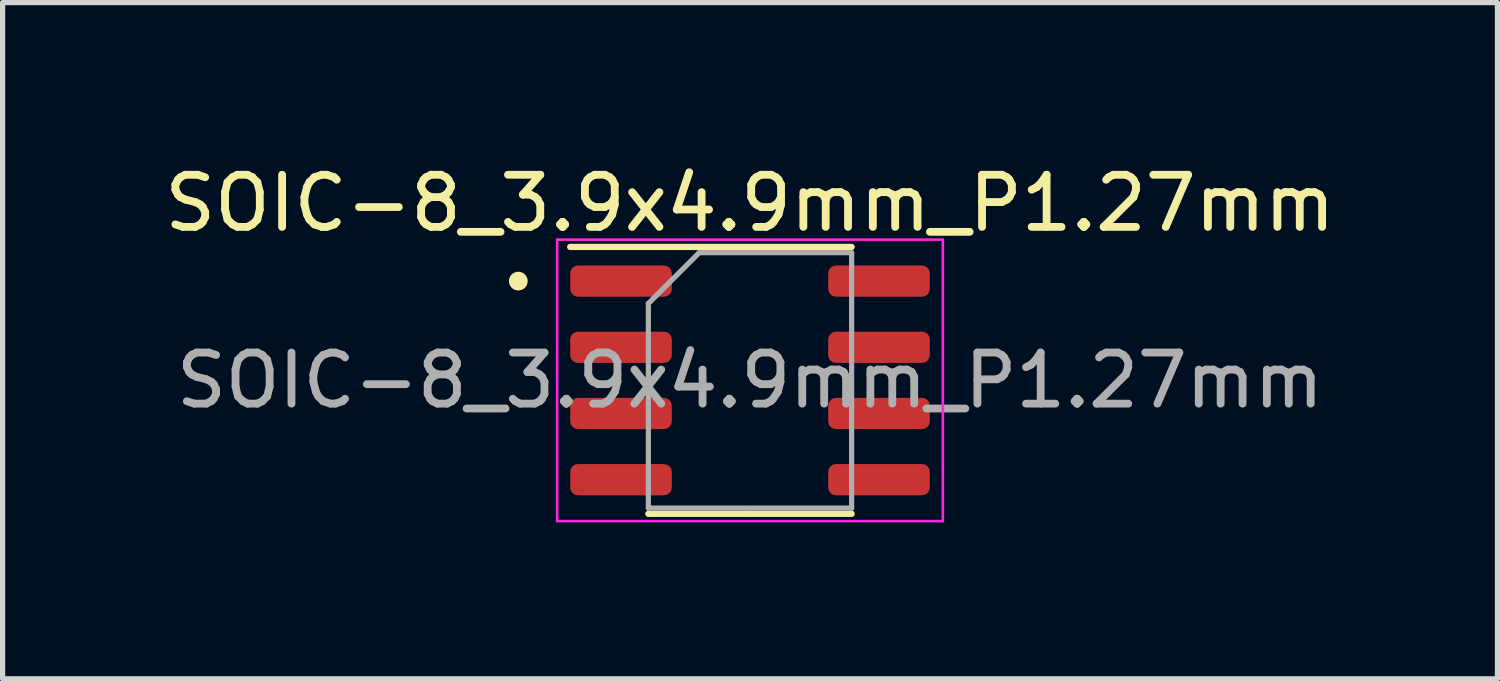
<source format=kicad_pcb>
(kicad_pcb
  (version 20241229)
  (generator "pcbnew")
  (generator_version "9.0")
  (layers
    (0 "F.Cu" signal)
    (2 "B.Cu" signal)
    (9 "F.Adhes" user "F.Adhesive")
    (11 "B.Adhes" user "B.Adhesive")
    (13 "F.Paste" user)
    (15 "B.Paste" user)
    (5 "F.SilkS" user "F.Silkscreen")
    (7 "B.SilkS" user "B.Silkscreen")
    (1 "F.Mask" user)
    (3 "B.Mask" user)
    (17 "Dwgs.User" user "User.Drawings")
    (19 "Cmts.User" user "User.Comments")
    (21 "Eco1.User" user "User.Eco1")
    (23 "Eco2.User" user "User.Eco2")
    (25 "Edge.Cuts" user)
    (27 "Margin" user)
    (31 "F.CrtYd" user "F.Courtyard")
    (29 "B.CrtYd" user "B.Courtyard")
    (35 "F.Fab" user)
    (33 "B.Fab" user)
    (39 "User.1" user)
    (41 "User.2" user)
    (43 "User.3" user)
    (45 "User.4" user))
  (footprint "SOIC-8_3.9x4.9mm_P1.27mm"
    (layer "F.Cu")
    (at 11.339 4.248)
    (property "Reference" "SOIC-8_3.9x4.9mm_P1.27mm" (at 0 -3.4 0) (layer "F.SilkS") (effects (font (size 1 1) (thickness 0.15))))
    (attr smd)
    (fp_line (start 0 -2.56) (end -3.45 -2.56) (stroke (width 0.12) (type solid)) (layer "F.SilkS"))
    (fp_line (start 0 -2.56) (end 1.95 -2.56) (stroke (width 0.12) (type solid)) (layer "F.SilkS"))
    (fp_line (start 0 2.56) (end -1.95 2.56) (stroke (width 0.12) (type solid)) (layer "F.SilkS"))
    (fp_line (start 0 2.56) (end 1.95 2.56) (stroke (width 0.12) (type solid)) (layer "F.SilkS"))
    (fp_circle (center -4.445 -1.905) (end -4.325 -1.905) (stroke (width 0.12) (type solid)) (fill yes) (layer "F.SilkS"))
    (fp_line (start -3.7 -2.7) (end -3.7 2.7) (stroke (width 0.05) (type solid)) (layer "F.CrtYd"))
    (fp_line (start -3.7 2.7) (end 3.7 2.7) (stroke (width 0.05) (type solid)) (layer "F.CrtYd"))
    (fp_line (start 3.7 -2.7) (end -3.7 -2.7) (stroke (width 0.05) (type solid)) (layer "F.CrtYd"))
    (fp_line (start 3.7 2.7) (end 3.7 -2.7) (stroke (width 0.05) (type solid)) (layer "F.CrtYd"))
    (fp_line (start -1.95 -1.475) (end -0.975 -2.45) (stroke (width 0.1) (type solid)) (layer "F.Fab"))
    (fp_line (start -1.95 2.45) (end -1.95 -1.475) (stroke (width 0.1) (type solid)) (layer "F.Fab"))
    (fp_line (start -0.975 -2.45) (end 1.95 -2.45) (stroke (width 0.1) (type solid)) (layer "F.Fab"))
    (fp_line (start 1.95 -2.45) (end 1.95 2.45) (stroke (width 0.1) (type solid)) (layer "F.Fab"))
    (fp_line (start 1.95 2.45) (end -1.95 2.45) (stroke (width 0.1) (type solid)) (layer "F.Fab"))
    (fp_text user "${REFERENCE}" (at 0 0 0) (layer "F.Fab") (effects (font (size 0.98 0.98) (thickness 0.15))))
    (pad "1" smd roundrect (at -2.475 -1.905) (size 1.95 0.6) (layers "F.Cu" "F.Mask" "F.Paste") (roundrect_rratio 0.25))
    (pad "2" smd roundrect (at -2.475 -0.635) (size 1.95 0.6) (layers "F.Cu" "F.Mask" "F.Paste") (roundrect_rratio 0.25))
    (pad "3" smd roundrect (at -2.475 0.635) (size 1.95 0.6) (layers "F.Cu" "F.Mask" "F.Paste") (roundrect_rratio 0.25))
    (pad "4" smd roundrect (at -2.475 1.905) (size 1.95 0.6) (layers "F.Cu" "F.Mask" "F.Paste") (roundrect_rratio 0.25))
    (pad "5" smd roundrect (at 2.475 1.905) (size 1.95 0.6) (layers "F.Cu" "F.Mask" "F.Paste") (roundrect_rratio 0.25))
    (pad "6" smd roundrect (at 2.475 0.635) (size 1.95 0.6) (layers "F.Cu" "F.Mask" "F.Paste") (roundrect_rratio 0.25))
    (pad "7" smd roundrect (at 2.475 -0.635) (size 1.95 0.6) (layers "F.Cu" "F.Mask" "F.Paste") (roundrect_rratio 0.25))
    (pad "8" smd roundrect (at 2.475 -1.905) (size 1.95 0.6) (layers "F.Cu" "F.Mask" "F.Paste") (roundrect_rratio 0.25)))
  (gr_rect
    (start -3 -3)
    (end 25.679 9.973)
    (stroke (width 0.1) (type default))
    (fill no)
    (layer "Edge.Cuts")))
</source>
